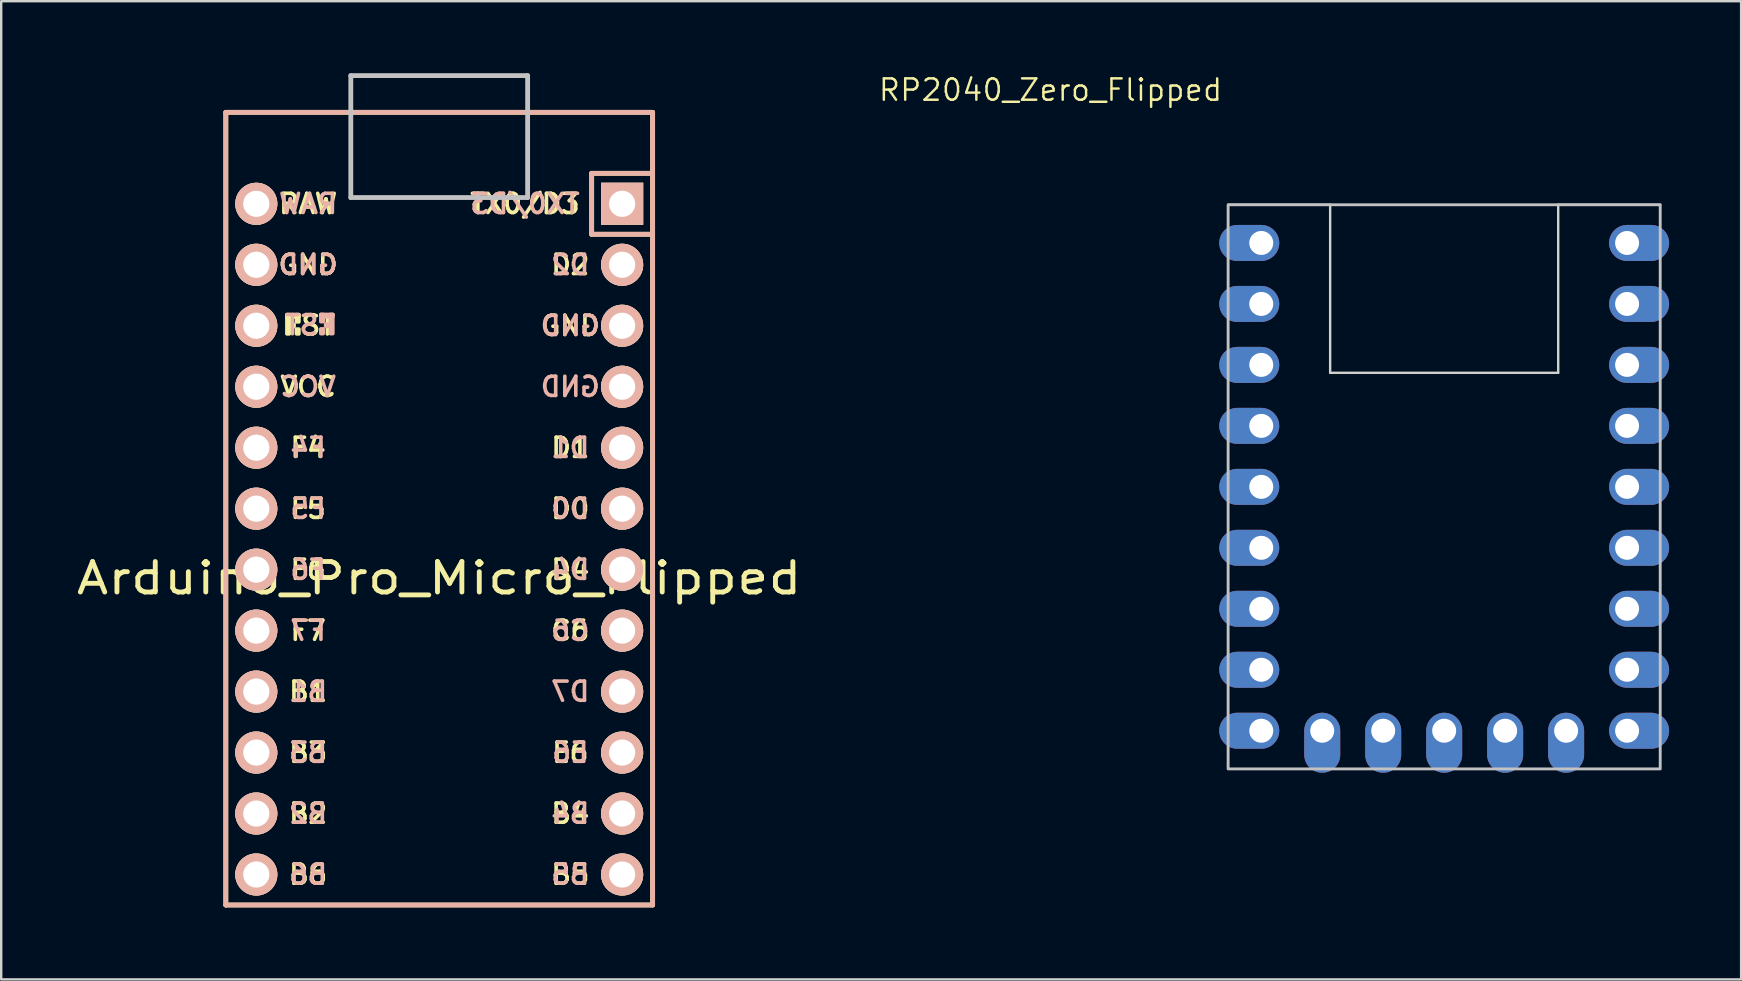
<source format=kicad_pcb>
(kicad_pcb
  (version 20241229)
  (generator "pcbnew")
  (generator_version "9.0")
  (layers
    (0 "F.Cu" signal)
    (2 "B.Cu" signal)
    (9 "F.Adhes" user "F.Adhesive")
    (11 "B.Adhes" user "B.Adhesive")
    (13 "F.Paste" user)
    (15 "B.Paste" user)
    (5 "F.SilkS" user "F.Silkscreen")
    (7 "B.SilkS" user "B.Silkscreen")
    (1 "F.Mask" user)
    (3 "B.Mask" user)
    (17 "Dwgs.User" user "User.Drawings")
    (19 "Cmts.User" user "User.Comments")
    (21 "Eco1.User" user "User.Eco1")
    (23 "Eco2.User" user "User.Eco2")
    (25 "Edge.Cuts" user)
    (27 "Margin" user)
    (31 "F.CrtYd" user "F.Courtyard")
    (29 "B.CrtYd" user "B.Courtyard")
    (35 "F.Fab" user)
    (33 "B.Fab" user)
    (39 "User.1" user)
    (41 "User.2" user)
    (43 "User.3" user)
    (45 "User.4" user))
  (footprint "RP2040_Zero_Flipped"
    (layer "F.Cu")
    (at 57.111 17.231)
    (property "Reference" "RP2040_Zero_Flipped" (at -16.399 -16.533 0) (layer "F.SilkS") (effects (font (size 0.889 0.889) (thickness 0.102))))
    (attr through_hole exclude_from_pos_files)
    (fp_rect (start -9 -11.75) (end 9 11.75) (stroke (width 0.12) (type solid)) (fill no) (layer "Dwgs.User"))
    (fp_line (start -4.75 -11.75) (end -9 -11.75) (stroke (width 0.1) (type default)) (layer "Edge.Cuts"))
    (fp_line (start -4.75 -11.75) (end -4.75 -4.75) (stroke (width 0.1) (type default)) (layer "Edge.Cuts"))
    (fp_line (start -4.75 -4.75) (end 4.75 -4.75) (stroke (width 0.1) (type default)) (layer "Edge.Cuts"))
    (fp_line (start 4.75 -11.75) (end 4.75 -4.75) (stroke (width 0.1) (type default)) (layer "Edge.Cuts"))
    (fp_line (start 9 -11.75) (end 4.75 -11.75) (stroke (width 0.1) (type default)) (layer "Edge.Cuts"))
    (pad "1" thru_hole oval (at -7.62 -10.16 180) (size 2.5 1.5) (drill 1 (offset 0.5 0)) (layers "*.Cu" "*.Mask"))
    (pad "2" thru_hole oval (at -7.62 -7.62 180) (size 2.5 1.5) (drill 1 (offset 0.5 0)) (layers "*.Cu" "*.Mask"))
    (pad "3" thru_hole oval (at -7.62 -5.08 180) (size 2.5 1.5) (drill 1 (offset 0.5 0)) (layers "*.Cu" "*.Mask"))
    (pad "4" thru_hole oval (at -7.62 -2.54 180) (size 2.5 1.5) (drill 1 (offset 0.5 0)) (layers "*.Cu" "*.Mask"))
    (pad "5" thru_hole oval (at -7.62 0 180) (size 2.5 1.5) (drill 1 (offset 0.5 0)) (layers "*.Cu" "*.Mask"))
    (pad "6" thru_hole oval (at -7.62 2.54 180) (size 2.5 1.5) (drill 1 (offset 0.5 0)) (layers "*.Cu" "*.Mask"))
    (pad "7" thru_hole oval (at -7.62 5.08 180) (size 2.5 1.5) (drill 1 (offset 0.5 0)) (layers "*.Cu" "*.Mask"))
    (pad "8" thru_hole oval (at -7.62 7.62 180) (size 2.5 1.5) (drill 1 (offset 0.5 0)) (layers "*.Cu" "*.Mask"))
    (pad "9" thru_hole oval (at -7.62 10.16 180) (size 2.5 1.5) (drill 1 (offset 0.5 0)) (layers "*.Cu" "*.Mask"))
    (pad "10" thru_hole oval (at -5.08 10.16 270) (size 2.5 1.5) (drill 1 (offset 0.5 0)) (layers "*.Cu" "*.Mask"))
    (pad "11" thru_hole oval (at -2.54 10.16 270) (size 2.5 1.5) (drill 1 (offset 0.5 0)) (layers "*.Cu" "*.Mask"))
    (pad "12" thru_hole oval (at 0 10.16 270) (size 2.5 1.5) (drill 1 (offset 0.5 0)) (layers "*.Cu" "*.Mask"))
    (pad "13" thru_hole oval (at 2.54 10.16 270) (size 2.5 1.5) (drill 1 (offset 0.5 0)) (layers "*.Cu" "*.Mask"))
    (pad "14" thru_hole oval (at 5.08 10.16 270) (size 2.5 1.5) (drill 1 (offset 0.5 0)) (layers "*.Cu" "*.Mask"))
    (pad "15" thru_hole oval (at 7.62 10.16) (size 2.5 1.5) (drill 1 (offset 0.5 0)) (layers "*.Cu" "*.Mask"))
    (pad "16" thru_hole oval (at 7.62 7.62) (size 2.5 1.5) (drill 1 (offset 0.5 0)) (layers "*.Cu" "*.Mask"))
    (pad "17" thru_hole oval (at 7.62 5.08) (size 2.5 1.5) (drill 1 (offset 0.5 0)) (layers "*.Cu" "*.Mask"))
    (pad "18" thru_hole oval (at 7.62 2.54) (size 2.5 1.5) (drill 1 (offset 0.5 0)) (layers "*.Cu" "*.Mask"))
    (pad "19" thru_hole oval (at 7.62 0) (size 2.5 1.5) (drill 1 (offset 0.5 0)) (layers "*.Cu" "*.Mask"))
    (pad "20" thru_hole oval (at 7.62 -2.54) (size 2.5 1.5) (drill 1 (offset 0.5 0)) (layers "*.Cu" "*.Mask"))
    (pad "21" thru_hole oval (at 7.62 -5.08) (size 2.5 1.5) (drill 1 (offset 0.5 0)) (layers "*.Cu" "*.Mask"))
    (pad "22" thru_hole oval (at 7.62 -7.62) (size 2.5 1.5) (drill 1 (offset 0.5 0)) (layers "*.Cu" "*.Mask"))
    (pad "23" thru_hole oval (at 7.62 -10.16) (size 2.5 1.5) (drill 1 (offset 0.5 0)) (layers "*.Cu" "*.Mask")))
  (footprint "Arduino_Pro_Micro_Flipped"
    (layer "F.Cu")
    (at 15.247 19.41)
    (property "Reference" "Arduino_Pro_Micro_Flipped" (at 0 1.625 0) (layer "F.SilkS") (effects (font (size 1.27 1.524) (thickness 0.203))))
    (attr through_hole)
    (fp_line (start -8.89 -17.78) (end 8.89 -17.78) (stroke (width 0.2) (type solid)) (layer "F.SilkS"))
    (fp_line (start -8.89 15.24) (end -8.89 -17.78) (stroke (width 0.2) (type solid)) (layer "F.SilkS"))
    (fp_line (start 6.35 -15.24) (end 6.35 -12.7) (stroke (width 0.2) (type solid)) (layer "F.SilkS"))
    (fp_line (start 6.35 -15.24) (end 8.89 -15.24) (stroke (width 0.2) (type solid)) (layer "F.SilkS"))
    (fp_line (start 6.35 -12.7) (end 8.89 -12.7) (stroke (width 0.2) (type solid)) (layer "F.SilkS"))
    (fp_line (start 8.89 -17.78) (end 8.89 15.24) (stroke (width 0.2) (type solid)) (layer "F.SilkS"))
    (fp_line (start 8.89 15.24) (end -8.89 15.24) (stroke (width 0.2) (type solid)) (layer "F.SilkS"))
    (fp_poly (pts (xy -6.245 -9.351) (xy -6.245 -8.551) (xy -6.345 -8.551) (xy -6.345 -9.351)) (stroke (width 0.15) (type solid)) (fill yes) (layer "F.SilkS"))
    (fp_poly (pts (xy -6.045 -8.951) (xy -6.045 -8.851) (xy -6.145 -8.851) (xy -6.145 -8.951)) (stroke (width 0.15) (type solid)) (fill yes) (layer "F.SilkS"))
    (fp_poly (pts (xy -5.845 -9.351) (xy -5.845 -9.251) (xy -6.345 -9.251) (xy -6.345 -9.351)) (stroke (width 0.15) (type solid)) (fill yes) (layer "F.SilkS"))
    (fp_poly (pts (xy -5.845 -9.351) (xy -5.845 -9.051) (xy -5.945 -9.051) (xy -5.945 -9.351)) (stroke (width 0.15) (type solid)) (fill yes) (layer "F.SilkS"))
    (fp_poly (pts (xy -5.845 -8.751) (xy -5.845 -8.551) (xy -5.945 -8.551) (xy -5.945 -8.751)) (stroke (width 0.15) (type solid)) (fill yes) (layer "F.SilkS"))
    (fp_line (start -8.89 -17.78) (end 8.89 -17.78) (stroke (width 0.2) (type solid)) (layer "B.SilkS"))
    (fp_line (start -8.89 15.24) (end -8.89 -17.78) (stroke (width 0.2) (type solid)) (layer "B.SilkS"))
    (fp_line (start 6.35 -15.24) (end 6.35 -12.7) (stroke (width 0.2) (type solid)) (layer "B.SilkS"))
    (fp_line (start 6.35 -15.24) (end 8.89 -15.24) (stroke (width 0.2) (type solid)) (layer "B.SilkS"))
    (fp_line (start 6.35 -12.7) (end 8.89 -12.7) (stroke (width 0.2) (type solid)) (layer "B.SilkS"))
    (fp_line (start 8.89 -17.78) (end 8.89 15.24) (stroke (width 0.2) (type solid)) (layer "B.SilkS"))
    (fp_line (start 8.89 15.24) (end -8.89 15.24) (stroke (width 0.2) (type solid)) (layer "B.SilkS"))
    (fp_poly (pts (xy -4.932 -9.361) (xy -4.932 -9.261) (xy -4.432 -9.261) (xy -4.432 -9.361)) (stroke (width 0.15) (type solid)) (fill yes) (layer "B.SilkS"))
    (fp_poly (pts (xy -4.932 -9.361) (xy -4.932 -9.061) (xy -4.832 -9.061) (xy -4.832 -9.361)) (stroke (width 0.15) (type solid)) (fill yes) (layer "B.SilkS"))
    (fp_poly (pts (xy -4.932 -8.761) (xy -4.932 -8.561) (xy -4.832 -8.561) (xy -4.832 -8.761)) (stroke (width 0.15) (type solid)) (fill yes) (layer "B.SilkS"))
    (fp_poly (pts (xy -4.732 -8.961) (xy -4.732 -8.861) (xy -4.632 -8.861) (xy -4.632 -8.961)) (stroke (width 0.15) (type solid)) (fill yes) (layer "B.SilkS"))
    (fp_poly (pts (xy -4.532 -9.361) (xy -4.532 -8.561) (xy -4.432 -8.561) (xy -4.432 -9.361)) (stroke (width 0.15) (type solid)) (fill yes) (layer "B.SilkS"))
    (fp_line (start -3.683 -19.31) (end -3.683 -14.23) (stroke (width 0.2) (type solid)) (layer "Dwgs.User"))
    (fp_line (start -3.683 -14.23) (end 3.683 -14.23) (stroke (width 0.2) (type solid)) (layer "Dwgs.User"))
    (fp_line (start 3.683 -19.31) (end -3.683 -19.31) (stroke (width 0.2) (type solid)) (layer "Dwgs.User"))
    (fp_line (start 3.683 -14.23) (end 3.683 -19.31) (stroke (width 0.2) (type solid)) (layer "Dwgs.User"))
    (fp_text user "F4" (at -5.461 -3.81 0) (layer "F.SilkS") (effects (font (size 0.8 0.8) (thickness 0.15))))
    (fp_text user "GND" (at -5.461 -11.43 0) (layer "F.SilkS") (effects (font (size 0.8 0.8) (thickness 0.15))))
    (fp_text user "B4" (at 5.461 11.43 0) (layer "F.SilkS") (effects (font (size 0.8 0.8) (thickness 0.15))))
    (fp_text user "TX0/D3" (at 3.572 -13.97 0) (layer "F.SilkS") (effects (font (size 0.8 0.8) (thickness 0.15))))
    (fp_text user "GND" (at 5.461 -8.89 0) (layer "F.SilkS") (effects (font (size 0.8 0.8) (thickness 0.15))))
    (fp_text user "RAW" (at -5.461 -13.97 0) (layer "F.SilkS") (effects (font (size 0.8 0.8) (thickness 0.15))))
    (fp_text user "VCC" (at -5.461 -6.35 0) (layer "F.SilkS") (effects (font (size 0.8 0.8) (thickness 0.15))))
    (fp_text user "D4" (at 5.461 1.27 0) (layer "F.SilkS") (effects (font (size 0.8 0.8) (thickness 0.15))))
    (fp_text user "B3" (at -5.461 8.89 0) (layer "F.SilkS") (effects (font (size 0.8 0.8) (thickness 0.15))))
    (fp_text user "ST" (at -5.04 -8.91 0) (layer "F.SilkS") (effects (font (size 0.8 0.8) (thickness 0.15))))
    (fp_text user "D1" (at 5.461 -3.81 0) (layer "F.SilkS") (effects (font (size 0.8 0.8) (thickness 0.15))))
    (fp_text user "D0" (at 5.461 -1.27 0) (layer "F.SilkS") (effects (font (size 0.8 0.8) (thickness 0.15))))
    (fp_text user "F7" (at -5.461 3.81 0) (layer "F.SilkS") (effects (font (size 0.8 0.8) (thickness 0.15))))
    (fp_text user "C6" (at 5.461 3.81 0) (layer "F.SilkS") (effects (font (size 0.8 0.8) (thickness 0.15))))
    (fp_text user "D2" (at 5.461 -11.43 0) (layer "F.SilkS") (effects (font (size 0.8 0.8) (thickness 0.15))))
    (fp_text user "F5" (at -5.461 -1.27 0) (layer "F.SilkS") (effects (font (size 0.8 0.8) (thickness 0.15))))
    (fp_text user "E6" (at 5.461 8.89 0) (layer "F.SilkS") (effects (font (size 0.8 0.8) (thickness 0.15))))
    (fp_text user "B1" (at -5.461 6.35 0) (layer "F.SilkS") (effects (font (size 0.8 0.8) (thickness 0.15))))
    (fp_text user "B2" (at -5.461 11.43 0) (layer "F.SilkS") (effects (font (size 0.8 0.8) (thickness 0.15))))
    (fp_text user "B5" (at 5.461 13.97 0) (layer "F.SilkS") (effects (font (size 0.8 0.8) (thickness 0.15))))
    (fp_text user "B6" (at -5.461 13.97 0) (layer "F.SilkS") (effects (font (size 0.8 0.8) (thickness 0.15))))
    (fp_text user "F6" (at -5.461 1.27 0) (layer "F.SilkS") (effects (font (size 0.8 0.8) (thickness 0.15))))
    (fp_text user "B1" (at -5.461 6.35 0) (layer "B.SilkS") (effects (font (size 0.8 0.8) (thickness 0.15)) (justify mirror)))
    (fp_text user "B5" (at 5.461 13.97 0) (layer "B.SilkS") (effects (font (size 0.8 0.8) (thickness 0.15)) (justify mirror)))
    (fp_text user "D4" (at 5.461 1.27 0) (layer "B.SilkS") (effects (font (size 0.8 0.8) (thickness 0.15)) (justify mirror)))
    (fp_text user "B4" (at 5.461 11.43 0) (layer "B.SilkS") (effects (font (size 0.8 0.8) (thickness 0.15)) (justify mirror)))
    (fp_text user "F6" (at -5.461 1.27 0) (layer "B.SilkS") (effects (font (size 0.8 0.8) (thickness 0.15)) (justify mirror)))
    (fp_text user "D2" (at 5.461 -11.43 0) (layer "B.SilkS") (effects (font (size 0.8 0.8) (thickness 0.15)) (justify mirror)))
    (fp_text user "GND" (at 5.461 -8.89 0) (layer "B.SilkS") (effects (font (size 0.8 0.8) (thickness 0.15)) (justify mirror)))
    (fp_text user "B3" (at -5.461 8.89 0) (layer "B.SilkS") (effects (font (size 0.8 0.8) (thickness 0.15)) (justify mirror)))
    (fp_text user "D0" (at 5.461 -1.27 0) (layer "B.SilkS") (effects (font (size 0.8 0.8) (thickness 0.15)) (justify mirror)))
    (fp_text user "F4" (at -5.461 -3.81 0) (layer "B.SilkS") (effects (font (size 0.8 0.8) (thickness 0.15)) (justify mirror)))
    (fp_text user "D7" (at 5.461 6.35 0) (layer "B.SilkS") (effects (font (size 0.8 0.8) (thickness 0.15)) (justify mirror)))
    (fp_text user "VCC" (at -5.461 -6.35 0) (layer "B.SilkS") (effects (font (size 0.8 0.8) (thickness 0.15)) (justify mirror)))
    (fp_text user "C6" (at 5.461 3.81 0) (layer "B.SilkS") (effects (font (size 0.8 0.8) (thickness 0.15)) (justify mirror)))
    (fp_text user "D1" (at 5.461 -3.81 0) (layer "B.SilkS") (effects (font (size 0.8 0.8) (thickness 0.15)) (justify mirror)))
    (fp_text user "B6" (at -5.461 13.97 0) (layer "B.SilkS") (effects (font (size 0.8 0.8) (thickness 0.15)) (justify mirror)))
    (fp_text user "B2" (at -5.461 11.43 0) (layer "B.SilkS") (effects (font (size 0.8 0.8) (thickness 0.15)) (justify mirror)))
    (fp_text user "E6" (at 5.461 8.89 0) (layer "B.SilkS") (effects (font (size 0.8 0.8) (thickness 0.15)) (justify mirror)))
    (fp_text user "RAW" (at -5.461 -13.97 0) (layer "B.SilkS") (effects (font (size 0.8 0.8) (thickness 0.15)) (justify mirror)))
    (fp_text user "GND" (at -5.461 -11.43 0) (layer "B.SilkS") (effects (font (size 0.8 0.8) (thickness 0.15)) (justify mirror)))
    (fp_text user "TX0/D3" (at 3.572 -13.97 0) (layer "B.SilkS") (effects (font (size 0.8 0.8) (thickness 0.15)) (justify mirror)))
    (fp_text user "ST" (at -5.733 -8.92 0) (layer "B.SilkS") (effects (font (size 0.8 0.8) (thickness 0.15)) (justify mirror)))
    (fp_text user "GND" (at 5.461 -6.35 0) (layer "B.SilkS") (effects (font (size 0.8 0.8) (thickness 0.15)) (justify mirror)))
    (fp_text user "F7" (at -5.461 3.81 0) (layer "B.SilkS") (effects (font (size 0.8 0.8) (thickness 0.15)) (justify mirror)))
    (fp_text user "F5" (at -5.461 -1.27 0) (layer "B.SilkS") (effects (font (size 0.8 0.8) (thickness 0.15)) (justify mirror)))
    (pad "1" thru_hole rect (at 7.62 -13.97 90) (size 1.753 1.753) (drill 1.092) (layers "*.Cu" "*.SilkS" "*.Mask"))
    (pad "2" thru_hole circle (at 7.62 -11.43 90) (size 1.753 1.753) (drill 1.092) (layers "*.Cu" "*.SilkS" "*.Mask"))
    (pad "3" thru_hole circle (at 7.62 -8.89 90) (size 1.753 1.753) (drill 1.092) (layers "*.Cu" "*.SilkS" "*.Mask"))
    (pad "4" thru_hole circle (at 7.62 -6.35 90) (size 1.753 1.753) (drill 1.092) (layers "*.Cu" "*.SilkS" "*.Mask"))
    (pad "5" thru_hole circle (at 7.62 -3.81 90) (size 1.753 1.753) (drill 1.092) (layers "*.Cu" "*.SilkS" "*.Mask"))
    (pad "6" thru_hole circle (at 7.62 -1.27 90) (size 1.753 1.753) (drill 1.092) (layers "*.Cu" "*.SilkS" "*.Mask"))
    (pad "7" thru_hole circle (at 7.62 1.27 90) (size 1.753 1.753) (drill 1.092) (layers "*.Cu" "*.SilkS" "*.Mask"))
    (pad "8" thru_hole circle (at 7.62 3.81 90) (size 1.753 1.753) (drill 1.092) (layers "*.Cu" "*.SilkS" "*.Mask"))
    (pad "9" thru_hole circle (at 7.62 6.35 90) (size 1.753 1.753) (drill 1.092) (layers "*.Cu" "*.SilkS" "*.Mask"))
    (pad "10" thru_hole circle (at 7.62 8.89 90) (size 1.753 1.753) (drill 1.092) (layers "*.Cu" "*.SilkS" "*.Mask"))
    (pad "11" thru_hole circle (at 7.62 11.43 90) (size 1.753 1.753) (drill 1.092) (layers "*.Cu" "*.SilkS" "*.Mask"))
    (pad "12" thru_hole circle (at 7.62 13.97 90) (size 1.753 1.753) (drill 1.092) (layers "*.Cu" "*.SilkS" "*.Mask"))
    (pad "13" thru_hole circle (at -7.62 13.97 90) (size 1.753 1.753) (drill 1.092) (layers "*.Cu" "*.SilkS" "*.Mask"))
    (pad "14" thru_hole circle (at -7.62 11.43 90) (size 1.753 1.753) (drill 1.092) (layers "*.Cu" "*.SilkS" "*.Mask"))
    (pad "15" thru_hole circle (at -7.62 8.89 90) (size 1.753 1.753) (drill 1.092) (layers "*.Cu" "*.SilkS" "*.Mask"))
    (pad "16" thru_hole circle (at -7.62 6.35 90) (size 1.753 1.753) (drill 1.092) (layers "*.Cu" "*.SilkS" "*.Mask"))
    (pad "17" thru_hole circle (at -7.62 3.81 90) (size 1.753 1.753) (drill 1.092) (layers "*.Cu" "*.SilkS" "*.Mask"))
    (pad "18" thru_hole circle (at -7.62 1.27 90) (size 1.753 1.753) (drill 1.092) (layers "*.Cu" "*.SilkS" "*.Mask"))
    (pad "19" thru_hole circle (at -7.62 -1.27 90) (size 1.753 1.753) (drill 1.092) (layers "*.Cu" "*.SilkS" "*.Mask"))
    (pad "20" thru_hole circle (at -7.62 -3.81 90) (size 1.753 1.753) (drill 1.092) (layers "*.Cu" "*.SilkS" "*.Mask"))
    (pad "21" thru_hole circle (at -7.62 -6.35 90) (size 1.753 1.753) (drill 1.092) (layers "*.Cu" "*.SilkS" "*.Mask"))
    (pad "22" thru_hole circle (at -7.62 -8.89 90) (size 1.753 1.753) (drill 1.092) (layers "*.Cu" "*.SilkS" "*.Mask"))
    (pad "23" thru_hole circle (at -7.62 -11.43 90) (size 1.753 1.753) (drill 1.092) (layers "*.Cu" "*.SilkS" "*.Mask"))
    (pad "24" thru_hole circle (at -7.62 -13.97 90) (size 1.753 1.753) (drill 1.092) (layers "*.Cu" "*.SilkS" "*.Mask")))
  (gr_rect
    (start -3 -3)
    (end 69.481 37.75)
    (stroke (width 0.1) (type default))
    (fill no)
    (layer "Edge.Cuts")))
</source>
